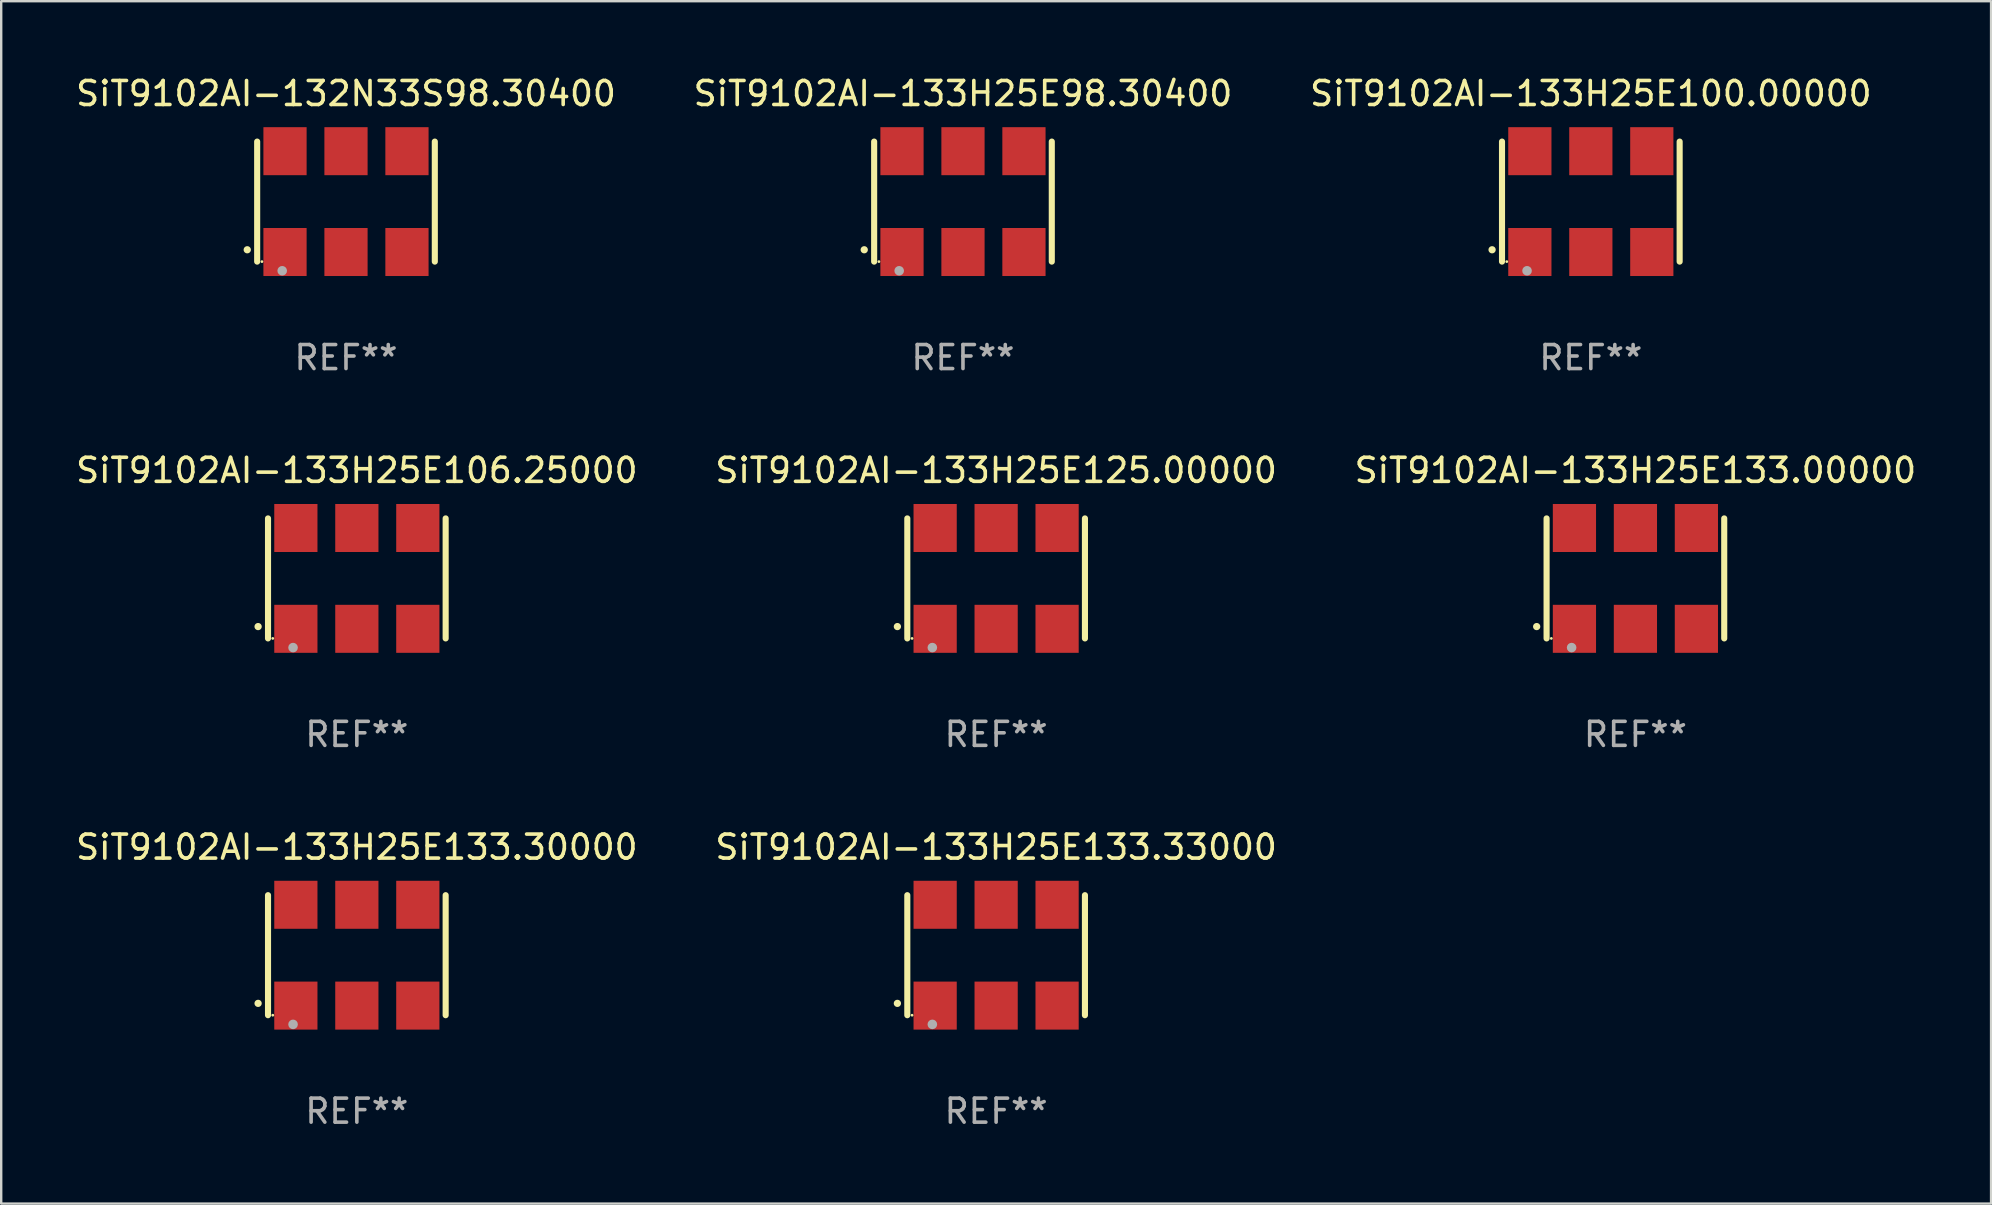
<source format=kicad_pcb>
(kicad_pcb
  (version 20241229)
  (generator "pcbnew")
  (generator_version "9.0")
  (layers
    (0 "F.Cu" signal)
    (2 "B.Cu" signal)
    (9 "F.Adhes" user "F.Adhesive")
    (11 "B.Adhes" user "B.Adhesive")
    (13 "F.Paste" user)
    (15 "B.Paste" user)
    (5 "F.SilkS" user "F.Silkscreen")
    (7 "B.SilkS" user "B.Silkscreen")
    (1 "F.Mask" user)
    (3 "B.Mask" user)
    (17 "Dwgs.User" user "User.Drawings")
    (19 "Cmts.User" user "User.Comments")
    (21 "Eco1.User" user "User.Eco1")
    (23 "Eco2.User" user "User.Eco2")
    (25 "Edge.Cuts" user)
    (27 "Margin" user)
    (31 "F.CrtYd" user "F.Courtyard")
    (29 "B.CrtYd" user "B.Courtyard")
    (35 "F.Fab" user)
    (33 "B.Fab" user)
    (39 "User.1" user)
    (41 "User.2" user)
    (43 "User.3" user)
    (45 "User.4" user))
  (footprint "SiT9102AI-133H25E133.33000"
    (layer "F.Cu")
    (at 38.446 36.741)
    (property "Reference" "SiT9102AI-133H25E133.33000" (at 0 -4.5 0) (layer "F.SilkS") (effects (font (size 1 1) (thickness 0.15))))
    (attr through_hole)
    (fp_line (start -3.7 -2.5) (end -3.7 2.5) (stroke (width 0.254) (type solid)) (layer "F.SilkS"))
    (fp_line (start 3.7 -2.5) (end 3.7 2.5) (stroke (width 0.254) (type solid)) (layer "F.SilkS"))
    (fp_arc (start -4.114415 2.006604) (mid -4.113145 2.006599) (end -4.111875 2.006604) (stroke (width 0.3) (type solid)) (layer "F.SilkS"))
    (fp_circle (center -3.502 2.5) (end -3.472 2.5) (stroke (width 0.06) (type solid)) (fill no) (layer "F.SilkS"))
    (fp_circle (center -2.657 2.882) (end -2.557 2.882) (stroke (width 0.2) (type solid)) (fill no) (layer "F.Fab"))
    (fp_text user "REF**" (at 0 6.5 0) (layer "F.Fab") (effects (font (size 1 1) (thickness 0.15))))
    (pad "1" smd rect (at -2.54 2.1) (size 1.8 2) (layers "F.Cu" "F.Mask" "F.Paste"))
    (pad "2" smd rect (at 0.000394 2.1) (size 1.8 2) (layers "F.Cu" "F.Mask" "F.Paste"))
    (pad "3" smd rect (at 2.54 2.1) (size 1.8 2) (layers "F.Cu" "F.Mask" "F.Paste"))
    (pad "4" smd rect (at 2.54 -2.1) (size 1.8 2) (layers "F.Cu" "F.Mask" "F.Paste"))
    (pad "5" smd rect (at 0.000394 -2.1) (size 1.8 2) (layers "F.Cu" "F.Mask" "F.Paste"))
    (pad "6" smd rect (at -2.54 -2.1) (size 1.8 2) (layers "F.Cu" "F.Mask" "F.Paste")))
  (footprint "SiT9102AI-133H25E133.30000"
    (layer "F.Cu")
    (at 11.815 36.741)
    (property "Reference" "SiT9102AI-133H25E133.30000" (at 0 -4.5 0) (layer "F.SilkS") (effects (font (size 1 1) (thickness 0.15))))
    (attr through_hole)
    (fp_line (start -3.7 -2.5) (end -3.7 2.5) (stroke (width 0.254) (type solid)) (layer "F.SilkS"))
    (fp_line (start 3.7 -2.5) (end 3.7 2.5) (stroke (width 0.254) (type solid)) (layer "F.SilkS"))
    (fp_arc (start -4.114415 2.006604) (mid -4.113145 2.006599) (end -4.111875 2.006604) (stroke (width 0.3) (type solid)) (layer "F.SilkS"))
    (fp_circle (center -3.502 2.5) (end -3.472 2.5) (stroke (width 0.06) (type solid)) (fill no) (layer "F.SilkS"))
    (fp_circle (center -2.657 2.882) (end -2.557 2.882) (stroke (width 0.2) (type solid)) (fill no) (layer "F.Fab"))
    (fp_text user "REF**" (at 0 6.5 0) (layer "F.Fab") (effects (font (size 1 1) (thickness 0.15))))
    (pad "1" smd rect (at -2.54 2.1) (size 1.8 2) (layers "F.Cu" "F.Mask" "F.Paste"))
    (pad "2" smd rect (at 0.000394 2.1) (size 1.8 2) (layers "F.Cu" "F.Mask" "F.Paste"))
    (pad "3" smd rect (at 2.54 2.1) (size 1.8 2) (layers "F.Cu" "F.Mask" "F.Paste"))
    (pad "4" smd rect (at 2.54 -2.1) (size 1.8 2) (layers "F.Cu" "F.Mask" "F.Paste"))
    (pad "5" smd rect (at 0.000394 -2.1) (size 1.8 2) (layers "F.Cu" "F.Mask" "F.Paste"))
    (pad "6" smd rect (at -2.54 -2.1) (size 1.8 2) (layers "F.Cu" "F.Mask" "F.Paste")))
  (footprint "SiT9102AI-133H25E98.30400"
    (layer "F.Cu")
    (at 37.065 5.348)
    (property "Reference" "SiT9102AI-133H25E98.30400" (at 0 -4.5 0) (layer "F.SilkS") (effects (font (size 1 1) (thickness 0.15))))
    (attr through_hole)
    (fp_line (start -3.7 -2.5) (end -3.7 2.5) (stroke (width 0.254) (type solid)) (layer "F.SilkS"))
    (fp_line (start 3.7 -2.5) (end 3.7 2.5) (stroke (width 0.254) (type solid)) (layer "F.SilkS"))
    (fp_arc (start -4.114415 2.006604) (mid -4.113145 2.006599) (end -4.111875 2.006604) (stroke (width 0.3) (type solid)) (layer "F.SilkS"))
    (fp_circle (center -3.502 2.5) (end -3.472 2.5) (stroke (width 0.06) (type solid)) (fill no) (layer "F.SilkS"))
    (fp_circle (center -2.657 2.882) (end -2.557 2.882) (stroke (width 0.2) (type solid)) (fill no) (layer "F.Fab"))
    (fp_text user "REF**" (at 0 6.5 0) (layer "F.Fab") (effects (font (size 1 1) (thickness 0.15))))
    (pad "1" smd rect (at -2.54 2.1) (size 1.8 2) (layers "F.Cu" "F.Mask" "F.Paste"))
    (pad "2" smd rect (at 0.000394 2.1) (size 1.8 2) (layers "F.Cu" "F.Mask" "F.Paste"))
    (pad "3" smd rect (at 2.54 2.1) (size 1.8 2) (layers "F.Cu" "F.Mask" "F.Paste"))
    (pad "4" smd rect (at 2.54 -2.1) (size 1.8 2) (layers "F.Cu" "F.Mask" "F.Paste"))
    (pad "5" smd rect (at 0.000394 -2.1) (size 1.8 2) (layers "F.Cu" "F.Mask" "F.Paste"))
    (pad "6" smd rect (at -2.54 -2.1) (size 1.8 2) (layers "F.Cu" "F.Mask" "F.Paste")))
  (footprint "SiT9102AI-133H25E106.25000"
    (layer "F.Cu")
    (at 11.815 21.045)
    (property "Reference" "SiT9102AI-133H25E106.25000" (at 0 -4.5 0) (layer "F.SilkS") (effects (font (size 1 1) (thickness 0.15))))
    (attr through_hole)
    (fp_line (start -3.7 -2.5) (end -3.7 2.5) (stroke (width 0.254) (type solid)) (layer "F.SilkS"))
    (fp_line (start 3.7 -2.5) (end 3.7 2.5) (stroke (width 0.254) (type solid)) (layer "F.SilkS"))
    (fp_arc (start -4.114415 2.006604) (mid -4.113145 2.006599) (end -4.111875 2.006604) (stroke (width 0.3) (type solid)) (layer "F.SilkS"))
    (fp_circle (center -3.502 2.5) (end -3.472 2.5) (stroke (width 0.06) (type solid)) (fill no) (layer "F.SilkS"))
    (fp_circle (center -2.657 2.882) (end -2.557 2.882) (stroke (width 0.2) (type solid)) (fill no) (layer "F.Fab"))
    (fp_text user "REF**" (at 0 6.5 0) (layer "F.Fab") (effects (font (size 1 1) (thickness 0.15))))
    (pad "1" smd rect (at -2.54 2.1) (size 1.8 2) (layers "F.Cu" "F.Mask" "F.Paste"))
    (pad "2" smd rect (at 0.000394 2.1) (size 1.8 2) (layers "F.Cu" "F.Mask" "F.Paste"))
    (pad "3" smd rect (at 2.54 2.1) (size 1.8 2) (layers "F.Cu" "F.Mask" "F.Paste"))
    (pad "4" smd rect (at 2.54 -2.1) (size 1.8 2) (layers "F.Cu" "F.Mask" "F.Paste"))
    (pad "5" smd rect (at 0.000394 -2.1) (size 1.8 2) (layers "F.Cu" "F.Mask" "F.Paste"))
    (pad "6" smd rect (at -2.54 -2.1) (size 1.8 2) (layers "F.Cu" "F.Mask" "F.Paste")))
  (footprint "SiT9102AI-133H25E133.00000"
    (layer "F.Cu")
    (at 65.077 21.045)
    (property "Reference" "SiT9102AI-133H25E133.00000" (at 0 -4.5 0) (layer "F.SilkS") (effects (font (size 1 1) (thickness 0.15))))
    (attr through_hole)
    (fp_line (start -3.7 -2.5) (end -3.7 2.5) (stroke (width 0.254) (type solid)) (layer "F.SilkS"))
    (fp_line (start 3.7 -2.5) (end 3.7 2.5) (stroke (width 0.254) (type solid)) (layer "F.SilkS"))
    (fp_arc (start -4.114415 2.006604) (mid -4.113145 2.006599) (end -4.111875 2.006604) (stroke (width 0.3) (type solid)) (layer "F.SilkS"))
    (fp_circle (center -3.502 2.5) (end -3.472 2.5) (stroke (width 0.06) (type solid)) (fill no) (layer "F.SilkS"))
    (fp_circle (center -2.657 2.882) (end -2.557 2.882) (stroke (width 0.2) (type solid)) (fill no) (layer "F.Fab"))
    (fp_text user "REF**" (at 0 6.5 0) (layer "F.Fab") (effects (font (size 1 1) (thickness 0.15))))
    (pad "1" smd rect (at -2.54 2.1) (size 1.8 2) (layers "F.Cu" "F.Mask" "F.Paste"))
    (pad "2" smd rect (at 0.000394 2.1) (size 1.8 2) (layers "F.Cu" "F.Mask" "F.Paste"))
    (pad "3" smd rect (at 2.54 2.1) (size 1.8 2) (layers "F.Cu" "F.Mask" "F.Paste"))
    (pad "4" smd rect (at 2.54 -2.1) (size 1.8 2) (layers "F.Cu" "F.Mask" "F.Paste"))
    (pad "5" smd rect (at 0.000394 -2.1) (size 1.8 2) (layers "F.Cu" "F.Mask" "F.Paste"))
    (pad "6" smd rect (at -2.54 -2.1) (size 1.8 2) (layers "F.Cu" "F.Mask" "F.Paste")))
  (footprint "SiT9102AI-133H25E100.00000"
    (layer "F.Cu")
    (at 63.22 5.348)
    (property "Reference" "SiT9102AI-133H25E100.00000" (at 0 -4.5 0) (layer "F.SilkS") (effects (font (size 1 1) (thickness 0.15))))
    (attr through_hole)
    (fp_line (start -3.7 -2.5) (end -3.7 2.5) (stroke (width 0.254) (type solid)) (layer "F.SilkS"))
    (fp_line (start 3.7 -2.5) (end 3.7 2.5) (stroke (width 0.254) (type solid)) (layer "F.SilkS"))
    (fp_arc (start -4.114415 2.006604) (mid -4.113145 2.006599) (end -4.111875 2.006604) (stroke (width 0.3) (type solid)) (layer "F.SilkS"))
    (fp_circle (center -3.502 2.5) (end -3.472 2.5) (stroke (width 0.06) (type solid)) (fill no) (layer "F.SilkS"))
    (fp_circle (center -2.657 2.882) (end -2.557 2.882) (stroke (width 0.2) (type solid)) (fill no) (layer "F.Fab"))
    (fp_text user "REF**" (at 0 6.5 0) (layer "F.Fab") (effects (font (size 1 1) (thickness 0.15))))
    (pad "1" smd rect (at -2.54 2.1) (size 1.8 2) (layers "F.Cu" "F.Mask" "F.Paste"))
    (pad "2" smd rect (at 0.000394 2.1) (size 1.8 2) (layers "F.Cu" "F.Mask" "F.Paste"))
    (pad "3" smd rect (at 2.54 2.1) (size 1.8 2) (layers "F.Cu" "F.Mask" "F.Paste"))
    (pad "4" smd rect (at 2.54 -2.1) (size 1.8 2) (layers "F.Cu" "F.Mask" "F.Paste"))
    (pad "5" smd rect (at 0.000394 -2.1) (size 1.8 2) (layers "F.Cu" "F.Mask" "F.Paste"))
    (pad "6" smd rect (at -2.54 -2.1) (size 1.8 2) (layers "F.Cu" "F.Mask" "F.Paste")))
  (footprint "SiT9102AI-132N33S98.30400"
    (layer "F.Cu")
    (at 11.363 5.348)
    (property "Reference" "SiT9102AI-132N33S98.30400" (at 0 -4.5 0) (layer "F.SilkS") (effects (font (size 1 1) (thickness 0.15))))
    (attr through_hole)
    (fp_line (start -3.7 -2.5) (end -3.7 2.5) (stroke (width 0.254) (type solid)) (layer "F.SilkS"))
    (fp_line (start 3.7 -2.5) (end 3.7 2.5) (stroke (width 0.254) (type solid)) (layer "F.SilkS"))
    (fp_arc (start -4.114415 2.006604) (mid -4.113145 2.006599) (end -4.111875 2.006604) (stroke (width 0.3) (type solid)) (layer "F.SilkS"))
    (fp_circle (center -3.502 2.5) (end -3.472 2.5) (stroke (width 0.06) (type solid)) (fill no) (layer "F.SilkS"))
    (fp_circle (center -2.657 2.882) (end -2.557 2.882) (stroke (width 0.2) (type solid)) (fill no) (layer "F.Fab"))
    (fp_text user "REF**" (at 0 6.5 0) (layer "F.Fab") (effects (font (size 1 1) (thickness 0.15))))
    (pad "1" smd rect (at -2.54 2.1) (size 1.8 2) (layers "F.Cu" "F.Mask" "F.Paste"))
    (pad "2" smd rect (at 0.000394 2.1) (size 1.8 2) (layers "F.Cu" "F.Mask" "F.Paste"))
    (pad "3" smd rect (at 2.54 2.1) (size 1.8 2) (layers "F.Cu" "F.Mask" "F.Paste"))
    (pad "4" smd rect (at 2.54 -2.1) (size 1.8 2) (layers "F.Cu" "F.Mask" "F.Paste"))
    (pad "5" smd rect (at 0.000394 -2.1) (size 1.8 2) (layers "F.Cu" "F.Mask" "F.Paste"))
    (pad "6" smd rect (at -2.54 -2.1) (size 1.8 2) (layers "F.Cu" "F.Mask" "F.Paste")))
  (footprint "SiT9102AI-133H25E125.00000"
    (layer "F.Cu")
    (at 38.446 21.045)
    (property "Reference" "SiT9102AI-133H25E125.00000" (at 0 -4.5 0) (layer "F.SilkS") (effects (font (size 1 1) (thickness 0.15))))
    (attr through_hole)
    (fp_line (start -3.7 -2.5) (end -3.7 2.5) (stroke (width 0.254) (type solid)) (layer "F.SilkS"))
    (fp_line (start 3.7 -2.5) (end 3.7 2.5) (stroke (width 0.254) (type solid)) (layer "F.SilkS"))
    (fp_arc (start -4.114415 2.006604) (mid -4.113145 2.006599) (end -4.111875 2.006604) (stroke (width 0.3) (type solid)) (layer "F.SilkS"))
    (fp_circle (center -3.502 2.5) (end -3.472 2.5) (stroke (width 0.06) (type solid)) (fill no) (layer "F.SilkS"))
    (fp_circle (center -2.657 2.882) (end -2.557 2.882) (stroke (width 0.2) (type solid)) (fill no) (layer "F.Fab"))
    (fp_text user "REF**" (at 0 6.5 0) (layer "F.Fab") (effects (font (size 1 1) (thickness 0.15))))
    (pad "1" smd rect (at -2.54 2.1) (size 1.8 2) (layers "F.Cu" "F.Mask" "F.Paste"))
    (pad "2" smd rect (at 0.000394 2.1) (size 1.8 2) (layers "F.Cu" "F.Mask" "F.Paste"))
    (pad "3" smd rect (at 2.54 2.1) (size 1.8 2) (layers "F.Cu" "F.Mask" "F.Paste"))
    (pad "4" smd rect (at 2.54 -2.1) (size 1.8 2) (layers "F.Cu" "F.Mask" "F.Paste"))
    (pad "5" smd rect (at 0.000394 -2.1) (size 1.8 2) (layers "F.Cu" "F.Mask" "F.Paste"))
    (pad "6" smd rect (at -2.54 -2.1) (size 1.8 2) (layers "F.Cu" "F.Mask" "F.Paste")))
  (gr_rect
    (start -3 -3)
    (end 79.893 47.09)
    (stroke (width 0.1) (type default))
    (fill no)
    (layer "Edge.Cuts")))
</source>
